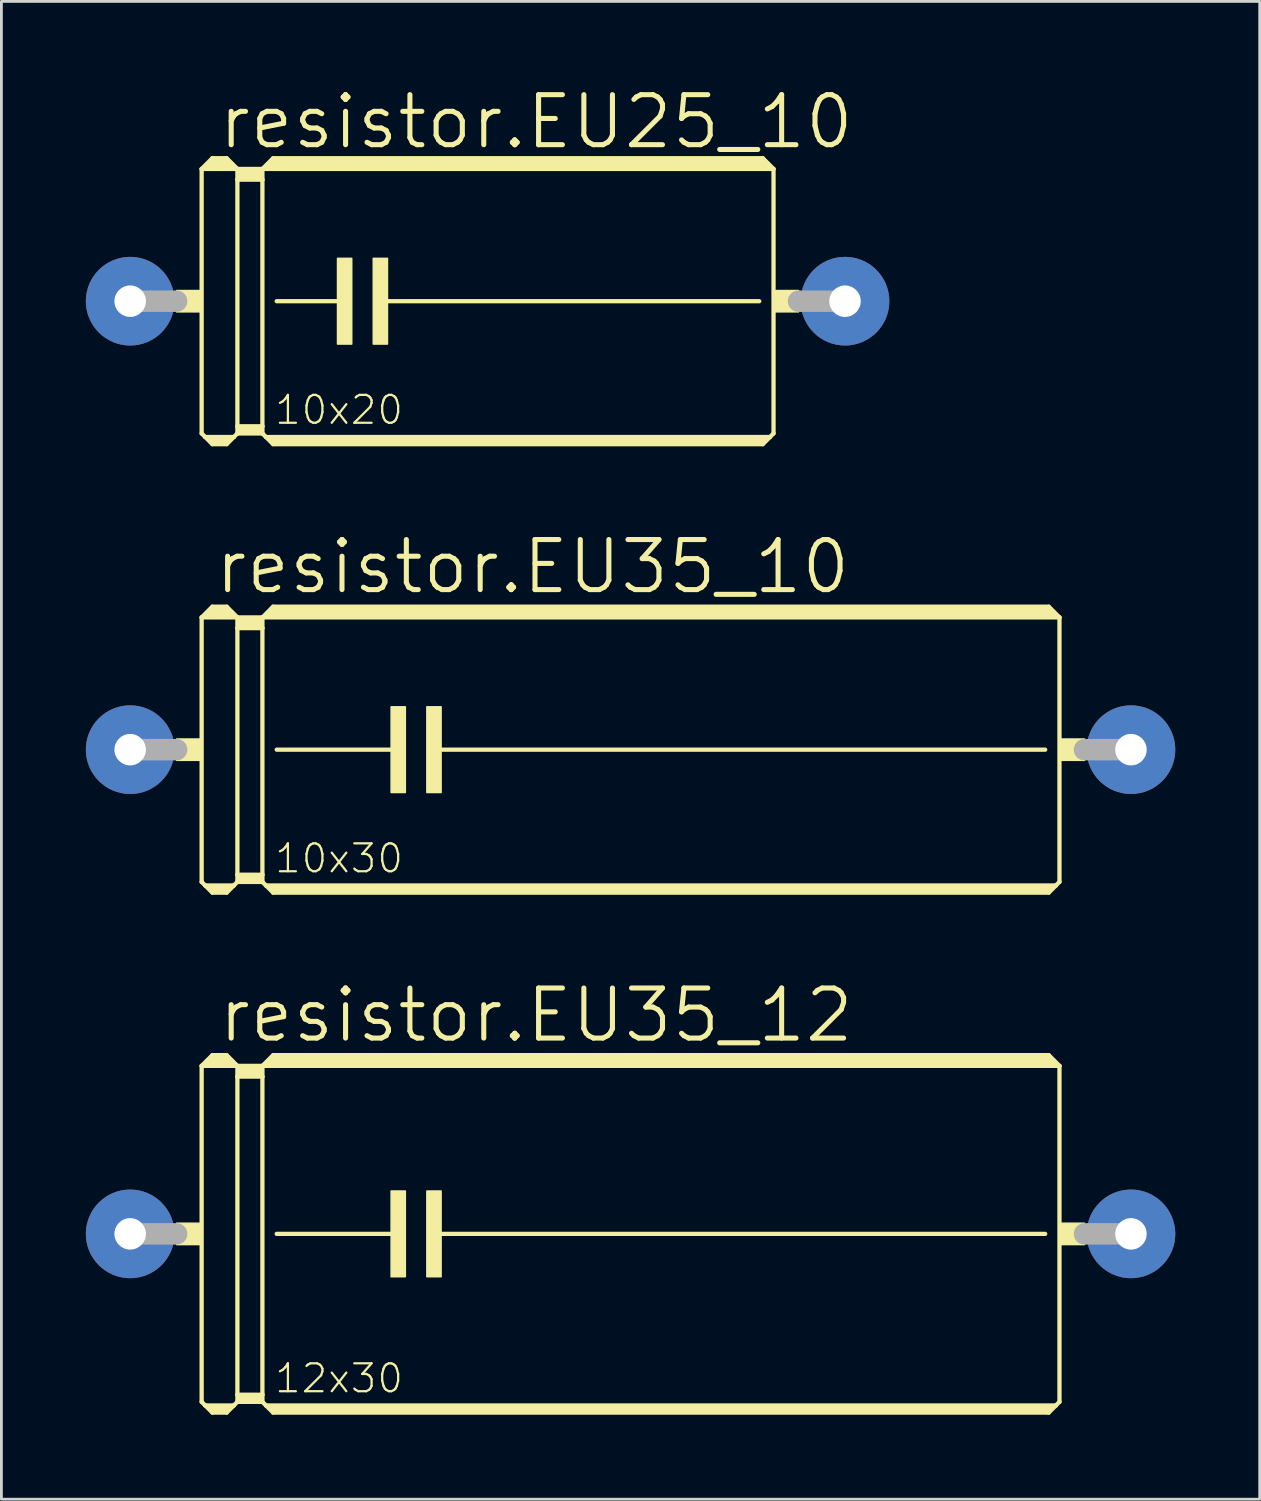
<source format=kicad_pcb>
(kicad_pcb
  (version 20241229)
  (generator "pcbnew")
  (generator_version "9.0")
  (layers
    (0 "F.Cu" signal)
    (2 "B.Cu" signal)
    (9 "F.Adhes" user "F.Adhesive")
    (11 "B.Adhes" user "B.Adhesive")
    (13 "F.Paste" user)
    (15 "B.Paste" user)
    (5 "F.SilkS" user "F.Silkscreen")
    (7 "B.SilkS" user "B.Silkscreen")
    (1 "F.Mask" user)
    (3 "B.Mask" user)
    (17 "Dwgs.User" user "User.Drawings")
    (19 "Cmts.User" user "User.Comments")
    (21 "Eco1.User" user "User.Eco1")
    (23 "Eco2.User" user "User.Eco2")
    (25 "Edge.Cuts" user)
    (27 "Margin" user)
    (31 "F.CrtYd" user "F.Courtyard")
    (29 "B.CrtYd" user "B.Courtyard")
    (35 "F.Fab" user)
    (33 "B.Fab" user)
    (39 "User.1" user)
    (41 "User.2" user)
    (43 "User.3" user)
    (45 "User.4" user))
  (footprint "resistor.EU25_10"
    (layer "F.Cu")
    (at 14.275 7.652)
    (property "Reference" "resistor.EU25_10" (at -9.652 -5.334 0) (layer "F.SilkS") (effects (font (size 1.778 1.778) (thickness 0.18)) (justify left bottom)))
    (attr through_hole)
    (fp_line (start -10.16 -4.699) (end -10.16 4.699) (stroke (width 0.152) (type default)) (layer "F.SilkS"))
    (fp_line (start -10.16 -4.699) (end -9.779 -5.08) (stroke (width 0.152) (type default)) (layer "F.SilkS"))
    (fp_line (start -10.16 -4.699) (end -8.89 -4.699) (stroke (width 0.152) (type default)) (layer "F.SilkS"))
    (fp_line (start -10.16 4.699) (end -10.033 4.826) (stroke (width 0.152) (type default)) (layer "F.SilkS"))
    (fp_line (start -10.033 4.826) (end -9.779 5.08) (stroke (width 0.152) (type default)) (layer "F.SilkS"))
    (fp_line (start -10.033 4.826) (end -9.017 4.826) (stroke (width 0.152) (type default)) (layer "F.SilkS"))
    (fp_line (start -9.906 -4.826) (end -9.144 -4.826) (stroke (width 0.305) (type default)) (layer "F.SilkS"))
    (fp_line (start -9.779 -5.08) (end -9.271 -5.08) (stroke (width 0.152) (type default)) (layer "F.SilkS"))
    (fp_line (start -9.779 -4.953) (end -9.271 -4.953) (stroke (width 0.305) (type default)) (layer "F.SilkS"))
    (fp_line (start -9.779 4.953) (end -9.271 4.953) (stroke (width 0.254) (type default)) (layer "F.SilkS"))
    (fp_line (start -9.779 5.08) (end -9.271 5.08) (stroke (width 0.152) (type default)) (layer "F.SilkS"))
    (fp_line (start -9.017 4.826) (end -9.271 5.08) (stroke (width 0.152) (type default)) (layer "F.SilkS"))
    (fp_line (start -8.89 -4.699) (end -9.271 -5.08) (stroke (width 0.152) (type default)) (layer "F.SilkS"))
    (fp_line (start -8.89 -4.699) (end -8.89 -4.318) (stroke (width 0.152) (type default)) (layer "F.SilkS"))
    (fp_line (start -8.89 -4.699) (end -8.001 -4.699) (stroke (width 0.152) (type default)) (layer "F.SilkS"))
    (fp_line (start -8.89 -4.318) (end -8.001 -4.318) (stroke (width 0.152) (type default)) (layer "F.SilkS"))
    (fp_line (start -8.89 4.445) (end -8.89 -4.318) (stroke (width 0.152) (type default)) (layer "F.SilkS"))
    (fp_line (start -8.89 4.445) (end -8.001 4.445) (stroke (width 0.152) (type default)) (layer "F.SilkS"))
    (fp_line (start -8.89 4.699) (end -9.017 4.826) (stroke (width 0.152) (type default)) (layer "F.SilkS"))
    (fp_line (start -8.89 4.699) (end -8.89 4.445) (stroke (width 0.152) (type default)) (layer "F.SilkS"))
    (fp_line (start -8.89 4.699) (end -8.001 4.699) (stroke (width 0.152) (type default)) (layer "F.SilkS"))
    (fp_line (start -8.763 -4.572) (end -8.128 -4.572) (stroke (width 0.305) (type default)) (layer "F.SilkS"))
    (fp_line (start -8.763 -4.445) (end -8.128 -4.445) (stroke (width 0.305) (type default)) (layer "F.SilkS"))
    (fp_line (start -8.763 4.572) (end -8.128 4.572) (stroke (width 0.254) (type default)) (layer "F.SilkS"))
    (fp_line (start -8.001 -4.699) (end -8.001 -4.318) (stroke (width 0.152) (type default)) (layer "F.SilkS"))
    (fp_line (start -8.001 -4.699) (end 10.16 -4.699) (stroke (width 0.152) (type default)) (layer "F.SilkS"))
    (fp_line (start -8.001 -4.318) (end -8.001 4.445) (stroke (width 0.152) (type default)) (layer "F.SilkS"))
    (fp_line (start -8.001 4.445) (end -8.001 4.699) (stroke (width 0.152) (type default)) (layer "F.SilkS"))
    (fp_line (start -7.874 4.826) (end -8.001 4.699) (stroke (width 0.152) (type default)) (layer "F.SilkS"))
    (fp_line (start -7.874 4.826) (end 10.033 4.826) (stroke (width 0.152) (type default)) (layer "F.SilkS"))
    (fp_line (start -7.747 -4.826) (end 9.906 -4.826) (stroke (width 0.305) (type default)) (layer "F.SilkS"))
    (fp_line (start -7.62 -5.08) (end -8.001 -4.699) (stroke (width 0.152) (type default)) (layer "F.SilkS"))
    (fp_line (start -7.62 -5.08) (end 9.779 -5.08) (stroke (width 0.152) (type default)) (layer "F.SilkS"))
    (fp_line (start -7.62 -4.953) (end 9.779 -4.953) (stroke (width 0.305) (type default)) (layer "F.SilkS"))
    (fp_line (start -7.62 4.953) (end 9.779 4.953) (stroke (width 0.254) (type default)) (layer "F.SilkS"))
    (fp_line (start -7.62 5.08) (end -7.874 4.826) (stroke (width 0.152) (type default)) (layer "F.SilkS"))
    (fp_line (start -7.62 5.08) (end 9.779 5.08) (stroke (width 0.152) (type default)) (layer "F.SilkS"))
    (fp_line (start -7.493 0) (end -5.08 0) (stroke (width 0.152) (type default)) (layer "F.SilkS"))
    (fp_line (start -3.683 0) (end 9.652 0) (stroke (width 0.152) (type default)) (layer "F.SilkS"))
    (fp_line (start 9.779 -5.08) (end 10.16 -4.699) (stroke (width 0.152) (type default)) (layer "F.SilkS"))
    (fp_line (start 9.779 5.08) (end 10.033 4.826) (stroke (width 0.152) (type default)) (layer "F.SilkS"))
    (fp_line (start 10.033 4.826) (end 10.16 4.699) (stroke (width 0.152) (type default)) (layer "F.SilkS"))
    (fp_line (start 10.16 -4.699) (end 10.16 4.699) (stroke (width 0.152) (type default)) (layer "F.SilkS"))
    (fp_rect (start -11.049 0.381) (end -10.16 -0.381) (stroke (width 0.05) (type default)) (fill yes) (layer "F.SilkS"))
    (fp_rect (start -5.334 1.524) (end -4.826 -1.524) (stroke (width 0.05) (type default)) (fill yes) (layer "F.SilkS"))
    (fp_rect (start -4.064 1.524) (end -3.556 -1.524) (stroke (width 0.05) (type default)) (fill yes) (layer "F.SilkS"))
    (fp_rect (start 10.16 0.381) (end 11.049 -0.381) (stroke (width 0.05) (type default)) (fill yes) (layer "F.SilkS"))
    (fp_line (start -12.7 0) (end -11.049 0) (stroke (width 0.762) (type default)) (layer "F.Fab"))
    (fp_line (start 12.7 0) (end 11.049 0) (stroke (width 0.762) (type default)) (layer "F.Fab"))
    (fp_text user "10x20" (at -7.62 4.445 0) (layer "F.SilkS") (effects (font (size 0.991 0.991) (thickness 0.08)) (justify left bottom)))
    (pad "1" thru_hole circle (at -12.7 0) (size 3.15 3.15) (drill 1.118) (layers "*.Cu" "*.Mask"))
    (pad "2" thru_hole circle (at 12.7 0) (size 3.15 3.15) (drill 1.118) (layers "*.Cu" "*.Mask")))
  (footprint "resistor.EU35_12"
    (layer "F.Cu")
    (at 19.355 40.792)
    (property "Reference" "resistor.EU35_12" (at -14.732 -6.731 0) (layer "F.SilkS") (effects (font (size 1.778 1.778) (thickness 0.18)) (justify left bottom)))
    (attr through_hole)
    (fp_line (start -15.24 -5.969) (end -15.24 5.969) (stroke (width 0.152) (type default)) (layer "F.SilkS"))
    (fp_line (start -15.24 -5.969) (end -14.859 -6.35) (stroke (width 0.152) (type default)) (layer "F.SilkS"))
    (fp_line (start -15.24 -5.969) (end -13.97 -5.969) (stroke (width 0.152) (type default)) (layer "F.SilkS"))
    (fp_line (start -15.24 5.969) (end -15.113 6.096) (stroke (width 0.152) (type default)) (layer "F.SilkS"))
    (fp_line (start -15.113 6.096) (end -14.859 6.35) (stroke (width 0.152) (type default)) (layer "F.SilkS"))
    (fp_line (start -15.113 6.096) (end -14.097 6.096) (stroke (width 0.152) (type default)) (layer "F.SilkS"))
    (fp_line (start -14.986 -6.096) (end -14.224 -6.096) (stroke (width 0.305) (type default)) (layer "F.SilkS"))
    (fp_line (start -14.859 -6.35) (end -14.351 -6.35) (stroke (width 0.152) (type default)) (layer "F.SilkS"))
    (fp_line (start -14.859 -6.223) (end -14.351 -6.223) (stroke (width 0.305) (type default)) (layer "F.SilkS"))
    (fp_line (start -14.859 6.223) (end -14.351 6.223) (stroke (width 0.254) (type default)) (layer "F.SilkS"))
    (fp_line (start -14.859 6.35) (end -14.351 6.35) (stroke (width 0.152) (type default)) (layer "F.SilkS"))
    (fp_line (start -14.097 6.096) (end -14.351 6.35) (stroke (width 0.152) (type default)) (layer "F.SilkS"))
    (fp_line (start -13.97 -5.969) (end -14.351 -6.35) (stroke (width 0.152) (type default)) (layer "F.SilkS"))
    (fp_line (start -13.97 -5.969) (end -13.97 -5.588) (stroke (width 0.152) (type default)) (layer "F.SilkS"))
    (fp_line (start -13.97 -5.969) (end -13.081 -5.969) (stroke (width 0.152) (type default)) (layer "F.SilkS"))
    (fp_line (start -13.97 -5.588) (end -13.081 -5.588) (stroke (width 0.152) (type default)) (layer "F.SilkS"))
    (fp_line (start -13.97 5.715) (end -13.97 -5.588) (stroke (width 0.152) (type default)) (layer "F.SilkS"))
    (fp_line (start -13.97 5.715) (end -13.081 5.715) (stroke (width 0.152) (type default)) (layer "F.SilkS"))
    (fp_line (start -13.97 5.969) (end -14.097 6.096) (stroke (width 0.152) (type default)) (layer "F.SilkS"))
    (fp_line (start -13.97 5.969) (end -13.97 5.715) (stroke (width 0.152) (type default)) (layer "F.SilkS"))
    (fp_line (start -13.97 5.969) (end -13.081 5.969) (stroke (width 0.152) (type default)) (layer "F.SilkS"))
    (fp_line (start -13.843 -5.842) (end -13.208 -5.842) (stroke (width 0.305) (type default)) (layer "F.SilkS"))
    (fp_line (start -13.843 -5.715) (end -13.208 -5.715) (stroke (width 0.305) (type default)) (layer "F.SilkS"))
    (fp_line (start -13.843 5.842) (end -13.208 5.842) (stroke (width 0.254) (type default)) (layer "F.SilkS"))
    (fp_line (start -13.081 -5.969) (end -13.081 -5.588) (stroke (width 0.152) (type default)) (layer "F.SilkS"))
    (fp_line (start -13.081 -5.969) (end 15.24 -5.969) (stroke (width 0.152) (type default)) (layer "F.SilkS"))
    (fp_line (start -13.081 -5.588) (end -13.081 5.715) (stroke (width 0.152) (type default)) (layer "F.SilkS"))
    (fp_line (start -13.081 5.715) (end -13.081 5.969) (stroke (width 0.152) (type default)) (layer "F.SilkS"))
    (fp_line (start -12.954 6.096) (end -13.081 5.969) (stroke (width 0.152) (type default)) (layer "F.SilkS"))
    (fp_line (start -12.954 6.096) (end 15.113 6.096) (stroke (width 0.152) (type default)) (layer "F.SilkS"))
    (fp_line (start -12.827 -6.096) (end 14.986 -6.096) (stroke (width 0.305) (type default)) (layer "F.SilkS"))
    (fp_line (start -12.7 -6.35) (end -13.081 -5.969) (stroke (width 0.152) (type default)) (layer "F.SilkS"))
    (fp_line (start -12.7 -6.35) (end 14.859 -6.35) (stroke (width 0.152) (type default)) (layer "F.SilkS"))
    (fp_line (start -12.7 -6.223) (end 14.859 -6.223) (stroke (width 0.305) (type default)) (layer "F.SilkS"))
    (fp_line (start -12.7 6.223) (end 14.859 6.223) (stroke (width 0.254) (type default)) (layer "F.SilkS"))
    (fp_line (start -12.7 6.35) (end -12.954 6.096) (stroke (width 0.152) (type default)) (layer "F.SilkS"))
    (fp_line (start -12.7 6.35) (end 14.859 6.35) (stroke (width 0.152) (type default)) (layer "F.SilkS"))
    (fp_line (start -12.573 0) (end -8.255 0) (stroke (width 0.152) (type default)) (layer "F.SilkS"))
    (fp_line (start -6.858 0) (end 14.732 0) (stroke (width 0.152) (type default)) (layer "F.SilkS"))
    (fp_line (start 14.859 -6.35) (end 15.24 -5.969) (stroke (width 0.152) (type default)) (layer "F.SilkS"))
    (fp_line (start 14.859 6.35) (end 15.113 6.096) (stroke (width 0.152) (type default)) (layer "F.SilkS"))
    (fp_line (start 15.113 6.096) (end 15.24 5.969) (stroke (width 0.152) (type default)) (layer "F.SilkS"))
    (fp_line (start 15.24 -5.969) (end 15.24 5.969) (stroke (width 0.152) (type default)) (layer "F.SilkS"))
    (fp_rect (start -16.129 0.381) (end -15.24 -0.381) (stroke (width 0.05) (type default)) (fill yes) (layer "F.SilkS"))
    (fp_rect (start -8.509 1.524) (end -8.001 -1.524) (stroke (width 0.05) (type default)) (fill yes) (layer "F.SilkS"))
    (fp_rect (start -7.239 1.524) (end -6.731 -1.524) (stroke (width 0.05) (type default)) (fill yes) (layer "F.SilkS"))
    (fp_rect (start 15.24 0.381) (end 16.129 -0.381) (stroke (width 0.05) (type default)) (fill yes) (layer "F.SilkS"))
    (fp_line (start -17.78 0) (end -16.129 0) (stroke (width 0.762) (type default)) (layer "F.Fab"))
    (fp_line (start 17.78 0) (end 16.129 0) (stroke (width 0.762) (type default)) (layer "F.Fab"))
    (fp_text user "12x30" (at -12.7 5.715 0) (layer "F.SilkS") (effects (font (size 0.991 0.991) (thickness 0.08)) (justify left bottom)))
    (pad "1" thru_hole circle (at -17.78 0) (size 3.15 3.15) (drill 1.118) (layers "*.Cu" "*.Mask"))
    (pad "2" thru_hole circle (at 17.78 0) (size 3.15 3.15) (drill 1.118) (layers "*.Cu" "*.Mask")))
  (footprint "resistor.EU35_10"
    (layer "F.Cu")
    (at 19.355 23.587)
    (property "Reference" "resistor.EU35_10" (at -14.859 -5.461 0) (layer "F.SilkS") (effects (font (size 1.778 1.778) (thickness 0.18)) (justify left bottom)))
    (attr through_hole)
    (fp_line (start -15.24 -4.699) (end -15.24 4.699) (stroke (width 0.152) (type default)) (layer "F.SilkS"))
    (fp_line (start -15.24 -4.699) (end -14.859 -5.08) (stroke (width 0.152) (type default)) (layer "F.SilkS"))
    (fp_line (start -15.24 -4.699) (end -13.97 -4.699) (stroke (width 0.152) (type default)) (layer "F.SilkS"))
    (fp_line (start -15.24 4.699) (end -15.113 4.826) (stroke (width 0.152) (type default)) (layer "F.SilkS"))
    (fp_line (start -15.113 4.826) (end -14.859 5.08) (stroke (width 0.152) (type default)) (layer "F.SilkS"))
    (fp_line (start -15.113 4.826) (end -14.097 4.826) (stroke (width 0.152) (type default)) (layer "F.SilkS"))
    (fp_line (start -14.986 -4.826) (end -14.224 -4.826) (stroke (width 0.305) (type default)) (layer "F.SilkS"))
    (fp_line (start -14.859 -5.08) (end -14.351 -5.08) (stroke (width 0.152) (type default)) (layer "F.SilkS"))
    (fp_line (start -14.859 -4.953) (end -14.351 -4.953) (stroke (width 0.305) (type default)) (layer "F.SilkS"))
    (fp_line (start -14.859 4.953) (end -14.351 4.953) (stroke (width 0.254) (type default)) (layer "F.SilkS"))
    (fp_line (start -14.859 5.08) (end -14.351 5.08) (stroke (width 0.152) (type default)) (layer "F.SilkS"))
    (fp_line (start -14.097 4.826) (end -14.351 5.08) (stroke (width 0.152) (type default)) (layer "F.SilkS"))
    (fp_line (start -13.97 -4.699) (end -14.351 -5.08) (stroke (width 0.152) (type default)) (layer "F.SilkS"))
    (fp_line (start -13.97 -4.699) (end -13.97 -4.318) (stroke (width 0.152) (type default)) (layer "F.SilkS"))
    (fp_line (start -13.97 -4.699) (end -13.081 -4.699) (stroke (width 0.152) (type default)) (layer "F.SilkS"))
    (fp_line (start -13.97 -4.318) (end -13.081 -4.318) (stroke (width 0.152) (type default)) (layer "F.SilkS"))
    (fp_line (start -13.97 4.445) (end -13.97 -4.318) (stroke (width 0.152) (type default)) (layer "F.SilkS"))
    (fp_line (start -13.97 4.445) (end -13.081 4.445) (stroke (width 0.152) (type default)) (layer "F.SilkS"))
    (fp_line (start -13.97 4.699) (end -14.097 4.826) (stroke (width 0.152) (type default)) (layer "F.SilkS"))
    (fp_line (start -13.97 4.699) (end -13.97 4.445) (stroke (width 0.152) (type default)) (layer "F.SilkS"))
    (fp_line (start -13.97 4.699) (end -13.081 4.699) (stroke (width 0.152) (type default)) (layer "F.SilkS"))
    (fp_line (start -13.843 -4.572) (end -13.208 -4.572) (stroke (width 0.305) (type default)) (layer "F.SilkS"))
    (fp_line (start -13.843 -4.445) (end -13.208 -4.445) (stroke (width 0.305) (type default)) (layer "F.SilkS"))
    (fp_line (start -13.843 4.572) (end -13.208 4.572) (stroke (width 0.254) (type default)) (layer "F.SilkS"))
    (fp_line (start -13.081 -4.699) (end -13.081 -4.318) (stroke (width 0.152) (type default)) (layer "F.SilkS"))
    (fp_line (start -13.081 -4.699) (end 15.24 -4.699) (stroke (width 0.152) (type default)) (layer "F.SilkS"))
    (fp_line (start -13.081 -4.318) (end -13.081 4.445) (stroke (width 0.152) (type default)) (layer "F.SilkS"))
    (fp_line (start -13.081 4.445) (end -13.081 4.699) (stroke (width 0.152) (type default)) (layer "F.SilkS"))
    (fp_line (start -12.954 4.826) (end -13.081 4.699) (stroke (width 0.152) (type default)) (layer "F.SilkS"))
    (fp_line (start -12.954 4.826) (end 15.113 4.826) (stroke (width 0.152) (type default)) (layer "F.SilkS"))
    (fp_line (start -12.827 -4.826) (end 14.986 -4.826) (stroke (width 0.305) (type default)) (layer "F.SilkS"))
    (fp_line (start -12.7 -5.08) (end -13.081 -4.699) (stroke (width 0.152) (type default)) (layer "F.SilkS"))
    (fp_line (start -12.7 -5.08) (end 14.859 -5.08) (stroke (width 0.152) (type default)) (layer "F.SilkS"))
    (fp_line (start -12.7 -4.953) (end 14.859 -4.953) (stroke (width 0.305) (type default)) (layer "F.SilkS"))
    (fp_line (start -12.7 4.953) (end 14.859 4.953) (stroke (width 0.254) (type default)) (layer "F.SilkS"))
    (fp_line (start -12.7 5.08) (end -12.954 4.826) (stroke (width 0.152) (type default)) (layer "F.SilkS"))
    (fp_line (start -12.7 5.08) (end 14.859 5.08) (stroke (width 0.152) (type default)) (layer "F.SilkS"))
    (fp_line (start -12.573 0) (end -8.255 0) (stroke (width 0.152) (type default)) (layer "F.SilkS"))
    (fp_line (start -6.858 0) (end 14.732 0) (stroke (width 0.152) (type default)) (layer "F.SilkS"))
    (fp_line (start 14.859 -5.08) (end 15.24 -4.699) (stroke (width 0.152) (type default)) (layer "F.SilkS"))
    (fp_line (start 14.859 5.08) (end 15.113 4.826) (stroke (width 0.152) (type default)) (layer "F.SilkS"))
    (fp_line (start 15.113 4.826) (end 15.24 4.699) (stroke (width 0.152) (type default)) (layer "F.SilkS"))
    (fp_line (start 15.24 -4.699) (end 15.24 4.699) (stroke (width 0.152) (type default)) (layer "F.SilkS"))
    (fp_rect (start -16.129 0.381) (end -15.24 -0.381) (stroke (width 0.05) (type default)) (fill yes) (layer "F.SilkS"))
    (fp_rect (start -8.509 1.524) (end -8.001 -1.524) (stroke (width 0.05) (type default)) (fill yes) (layer "F.SilkS"))
    (fp_rect (start -7.239 1.524) (end -6.731 -1.524) (stroke (width 0.05) (type default)) (fill yes) (layer "F.SilkS"))
    (fp_rect (start 15.24 0.381) (end 16.129 -0.381) (stroke (width 0.05) (type default)) (fill yes) (layer "F.SilkS"))
    (fp_line (start -17.78 0) (end -16.129 0) (stroke (width 0.762) (type default)) (layer "F.Fab"))
    (fp_line (start 17.78 0) (end 16.129 0) (stroke (width 0.762) (type default)) (layer "F.Fab"))
    (fp_text user "10x30" (at -12.7 4.445 0) (layer "F.SilkS") (effects (font (size 0.991 0.991) (thickness 0.08)) (justify left bottom)))
    (pad "1" thru_hole circle (at -17.78 0) (size 3.15 3.15) (drill 1.118) (layers "*.Cu" "*.Mask"))
    (pad "2" thru_hole circle (at 17.78 0) (size 3.15 3.15) (drill 1.118) (layers "*.Cu" "*.Mask")))
  (gr_rect
    (start -3 -3)
    (end 41.71 50.219)
    (stroke (width 0.1) (type default))
    (fill no)
    (layer "Edge.Cuts")))
</source>
